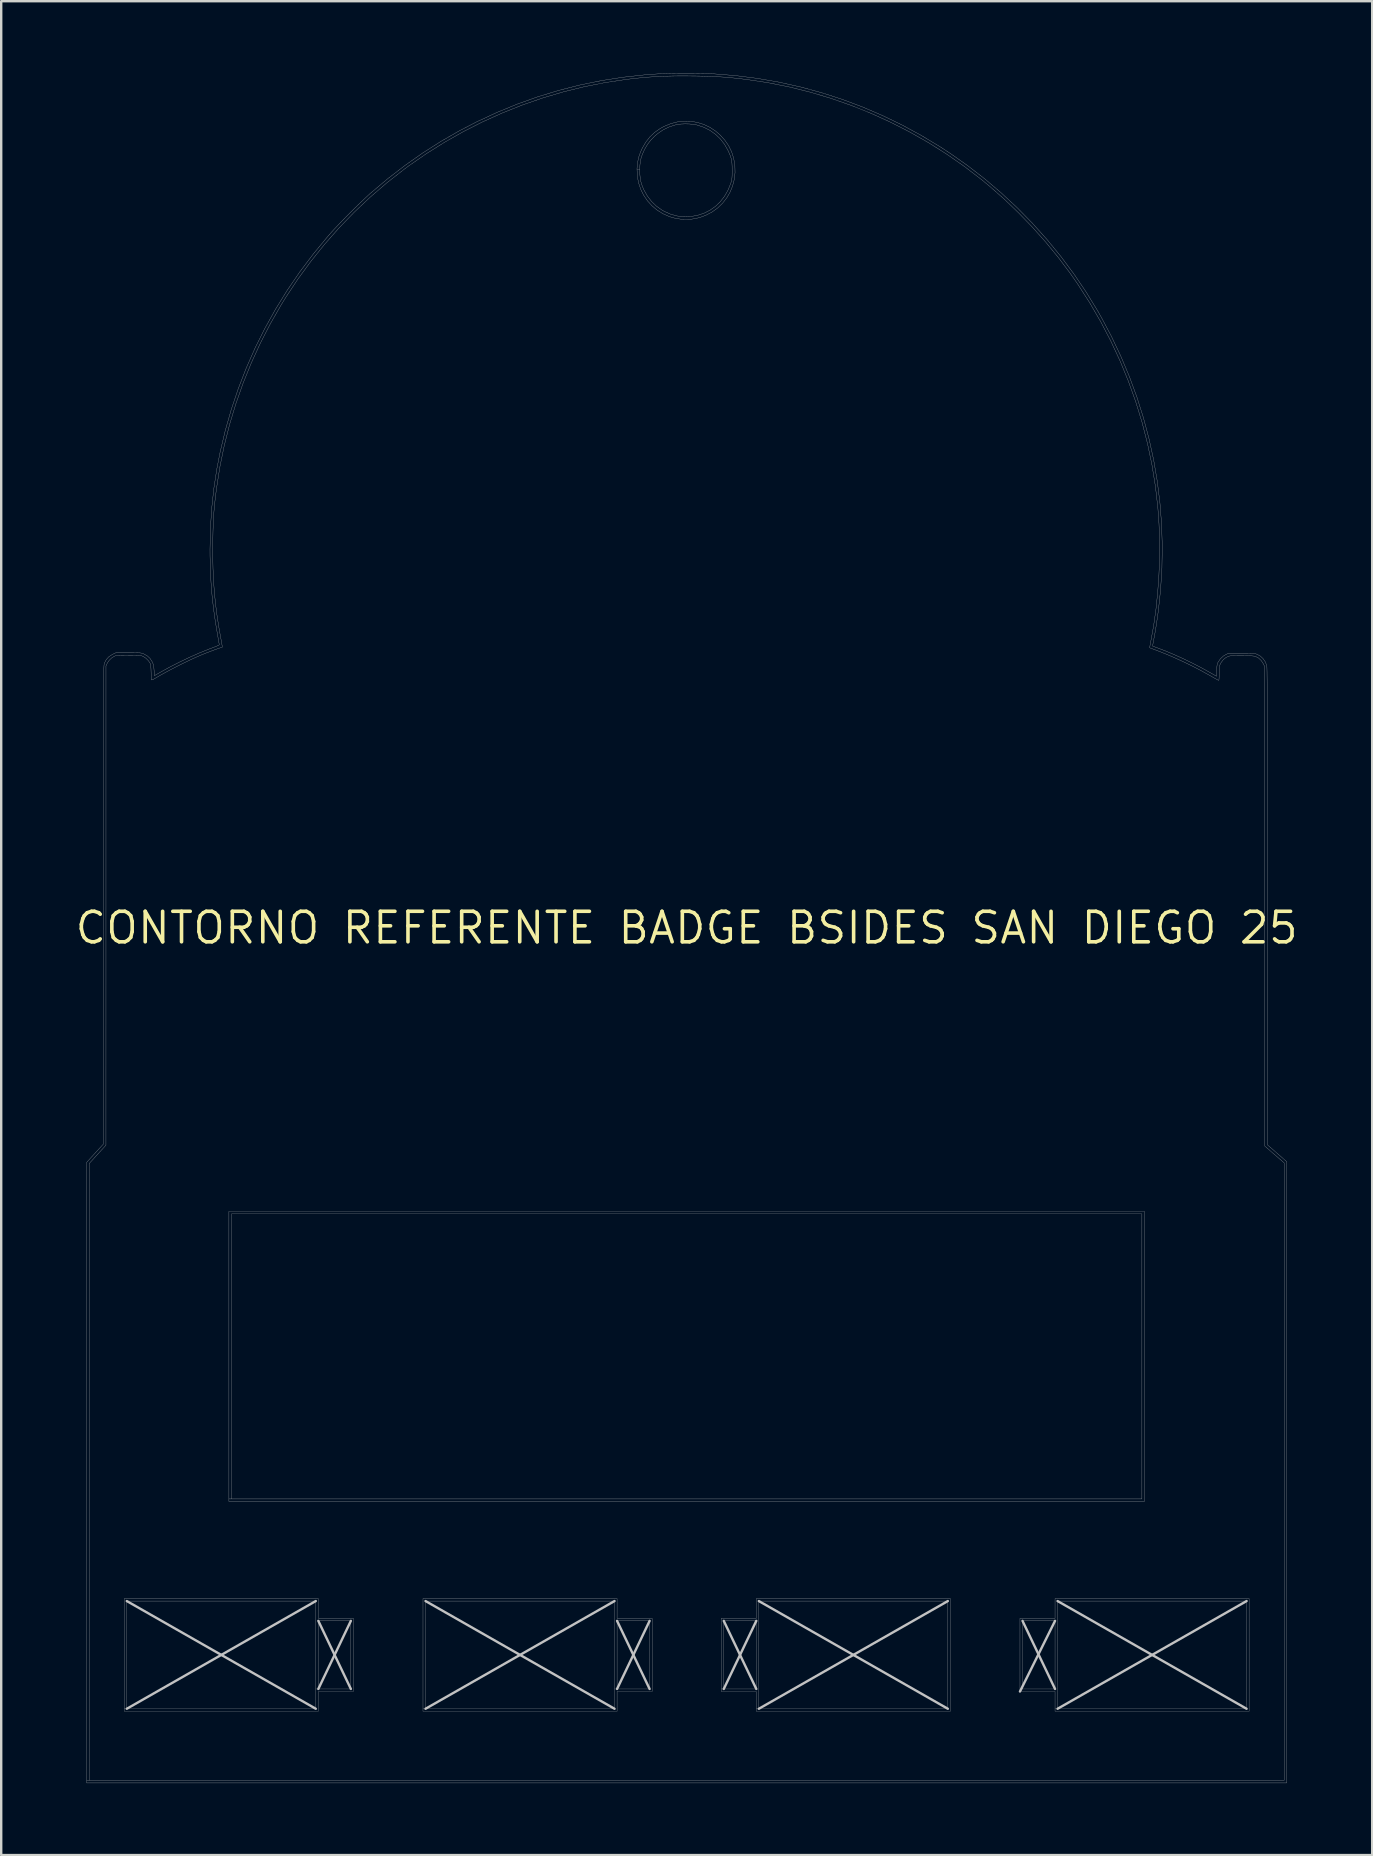
<source format=kicad_pcb>
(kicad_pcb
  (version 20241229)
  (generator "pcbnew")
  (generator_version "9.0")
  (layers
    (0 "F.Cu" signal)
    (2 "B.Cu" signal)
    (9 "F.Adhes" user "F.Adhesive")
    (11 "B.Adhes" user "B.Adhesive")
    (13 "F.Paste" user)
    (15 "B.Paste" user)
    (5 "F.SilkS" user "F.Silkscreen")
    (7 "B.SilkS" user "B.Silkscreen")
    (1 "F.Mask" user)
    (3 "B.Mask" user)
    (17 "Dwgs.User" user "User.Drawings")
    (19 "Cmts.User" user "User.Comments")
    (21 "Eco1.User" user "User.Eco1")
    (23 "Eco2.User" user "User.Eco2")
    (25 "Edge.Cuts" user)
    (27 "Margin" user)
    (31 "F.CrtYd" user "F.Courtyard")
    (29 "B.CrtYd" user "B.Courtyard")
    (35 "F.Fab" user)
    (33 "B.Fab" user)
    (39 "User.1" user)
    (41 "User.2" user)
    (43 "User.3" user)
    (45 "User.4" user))
  (footprint "CONTORNO REFERENTE BADGE BSIDES SAN DIEGO 25"
    (layer "F.Cu")
    (at 25.558 35.606)
    (property "Reference" "CONTORNO REFERENTE BADGE BSIDES SAN DIEGO 25" (at 0 0 0) (layer "F.SilkS") (effects (font (size 1.27 1.27) (thickness 0.15))))
    (attr through_hole)
    (fp_line (start -23.326 28.046) (end -15.452 32.533) (stroke (width 0.1) (type default)) (layer "Dwgs.User"))
    (fp_line (start -15.452 28.046) (end -23.326 32.533) (stroke (width 0.1) (type default)) (layer "Dwgs.User"))
    (fp_line (start -15.346 28.871) (end -13.991 31.708) (stroke (width 0.1) (type default)) (layer "Dwgs.User"))
    (fp_line (start -13.991 28.871) (end -15.346 31.708) (stroke (width 0.1) (type default)) (layer "Dwgs.User"))
    (fp_line (start -10.88 28.046) (end -3.006 32.533) (stroke (width 0.1) (type default)) (layer "Dwgs.User"))
    (fp_line (start -3.006 28.046) (end -10.88 32.533) (stroke (width 0.1) (type default)) (layer "Dwgs.User"))
    (fp_line (start -2.9 28.871) (end -1.545 31.708) (stroke (width 0.1) (type default)) (layer "Dwgs.User"))
    (fp_line (start -1.545 28.871) (end -2.9 31.708) (stroke (width 0.1) (type default)) (layer "Dwgs.User"))
    (fp_line (start 1.545 28.871) (end 2.9 31.708) (stroke (width 0.1) (type default)) (layer "Dwgs.User"))
    (fp_line (start 1.545 31.708) (end 2.9 28.871) (stroke (width 0.1) (type default)) (layer "Dwgs.User"))
    (fp_line (start 3.006 28.046) (end 10.88 32.533) (stroke (width 0.1) (type default)) (layer "Dwgs.User"))
    (fp_line (start 10.88 28.046) (end 3.006 32.533) (stroke (width 0.1) (type default)) (layer "Dwgs.User"))
    (fp_line (start 13.885 31.814) (end 15.346 28.871) (stroke (width 0.1) (type default)) (layer "Dwgs.User"))
    (fp_line (start 13.991 28.871) (end 15.346 31.708) (stroke (width 0.1) (type default)) (layer "Dwgs.User"))
    (fp_line (start 15.452 28.046) (end 23.326 32.533) (stroke (width 0.1) (type default)) (layer "Dwgs.User"))
    (fp_line (start 23.326 28.046) (end 15.452 32.533) (stroke (width 0.1) (type default)) (layer "Dwgs.User"))
    (fp_poly (pts (xy 19.071 23.897) (xy -19.071 23.897) (xy -19.071 11.917) (xy -18.965 11.917) (xy -18.965 23.791) (xy 18.965 23.791) (xy 18.965 11.917) (xy -18.965 11.917) (xy -19.071 11.917) (xy -19.071 11.811) (xy 19.071 11.811) (xy 19.071 23.897)) (stroke (width 0.01) (type solid)) (fill no) (layer "Dwgs.User"))
    (fp_poly (pts (xy -15.346 28.765) (xy -13.885 28.765) (xy -13.885 31.814) (xy -15.346 31.814) (xy -15.346 32.639) (xy -23.431 32.639) (xy -23.431 28.046) (xy -23.326 28.046) (xy -23.326 32.533) (xy -15.452 32.533) (xy -15.452 28.871) (xy -15.346 28.871) (xy -15.346 31.708) (xy -13.991 31.708) (xy -13.991 28.871) (xy -15.346 28.871) (xy -15.452 28.871) (xy -15.452 28.046) (xy -23.326 28.046) (xy -23.431 28.046) (xy -23.431 27.94) (xy -15.346 27.94) (xy -15.346 28.765)) (stroke (width 0.01) (type solid)) (fill no) (layer "Dwgs.User"))
    (fp_poly (pts (xy -2.9 28.765) (xy -1.439 28.765) (xy -1.439 31.814) (xy -2.9 31.814) (xy -2.9 32.639) (xy -10.986 32.639) (xy -10.986 28.046) (xy -10.88 28.046) (xy -10.88 32.533) (xy -3.006 32.533) (xy -3.006 28.871) (xy -2.9 28.871) (xy -2.9 31.708) (xy -1.545 31.708) (xy -1.545 28.871) (xy -2.9 28.871) (xy -3.006 28.871) (xy -3.006 28.046) (xy -10.88 28.046) (xy -10.986 28.046) (xy -10.986 27.94) (xy -2.9 27.94) (xy -2.9 28.765)) (stroke (width 0.01) (type solid)) (fill no) (layer "Dwgs.User"))
    (fp_poly (pts (xy 10.986 32.639) (xy 2.9 32.639) (xy 2.9 31.814) (xy 1.439 31.814) (xy 1.439 28.871) (xy 1.545 28.871) (xy 1.545 31.708) (xy 2.9 31.708) (xy 2.9 28.871) (xy 1.545 28.871) (xy 1.439 28.871) (xy 1.439 28.765) (xy 2.9 28.765) (xy 2.9 28.046) (xy 3.006 28.046) (xy 3.006 32.533) (xy 10.88 32.533) (xy 10.88 28.046) (xy 3.006 28.046) (xy 2.9 28.046) (xy 2.9 27.94) (xy 10.986 27.94) (xy 10.986 32.639)) (stroke (width 0.01) (type solid)) (fill no) (layer "Dwgs.User"))
    (fp_poly (pts (xy 23.431 32.639) (xy 15.346 32.639) (xy 15.346 31.814) (xy 13.885 31.814) (xy 13.885 28.871) (xy 13.991 28.871) (xy 13.991 31.708) (xy 15.346 31.708) (xy 15.346 28.871) (xy 13.991 28.871) (xy 13.885 28.871) (xy 13.885 28.765) (xy 15.346 28.765) (xy 15.346 28.046) (xy 15.452 28.046) (xy 15.452 32.533) (xy 23.326 32.533) (xy 23.326 28.046) (xy 15.452 28.046) (xy 15.346 28.046) (xy 15.346 27.94) (xy 23.431 27.94) (xy 23.431 32.639)) (stroke (width 0.01) (type solid)) (fill no) (layer "Dwgs.User"))
    (fp_poly (pts (xy 0.171 -33.602) (xy 0.446 -33.556) (xy 0.714 -33.472) (xy 0.969 -33.351) (xy 1.209 -33.191) (xy 1.382 -33.043) (xy 1.584 -32.823) (xy 1.748 -32.585) (xy 1.873 -32.329) (xy 1.959 -32.056) (xy 2.007 -31.766) (xy 2.008 -31.758) (xy 2.015 -31.463) (xy 1.982 -31.177) (xy 1.911 -30.903) (xy 1.805 -30.645) (xy 1.665 -30.405) (xy 1.493 -30.187) (xy 1.292 -29.993) (xy 1.063 -29.827) (xy 0.808 -29.692) (xy 0.578 -29.605) (xy 0.402 -29.559) (xy 0.214 -29.527) (xy 0.03 -29.511) (xy -0.138 -29.512) (xy -0.212 -29.52) (xy -0.372 -29.545) (xy -0.503 -29.57) (xy -0.614 -29.598) (xy -0.718 -29.632) (xy -0.727 -29.635) (xy -0.992 -29.753) (xy -1.233 -29.904) (xy -1.448 -30.084) (xy -1.635 -30.291) (xy -1.792 -30.522) (xy -1.915 -30.771) (xy -2.005 -31.038) (xy -2.057 -31.317) (xy -2.067 -31.559) (xy -1.954 -31.559) (xy -1.949 -31.374) (xy -1.934 -31.216) (xy -1.905 -31.073) (xy -1.86 -30.932) (xy -1.797 -30.78) (xy -1.781 -30.745) (xy -1.64 -30.492) (xy -1.468 -30.268) (xy -1.265 -30.072) (xy -1.032 -29.906) (xy -0.928 -29.847) (xy -0.67 -29.733) (xy -0.401 -29.659) (xy -0.124 -29.626) (xy 0.158 -29.634) (xy 0.442 -29.683) (xy 0.459 -29.687) (xy 0.727 -29.776) (xy 0.974 -29.901) (xy 1.199 -30.06) (xy 1.399 -30.252) (xy 1.572 -30.473) (xy 1.716 -30.723) (xy 1.829 -30.999) (xy 1.833 -31.009) (xy 1.855 -31.079) (xy 1.871 -31.138) (xy 1.881 -31.198) (xy 1.888 -31.267) (xy 1.892 -31.355) (xy 1.893 -31.47) (xy 1.893 -31.549) (xy 1.892 -31.715) (xy 1.886 -31.851) (xy 1.872 -31.965) (xy 1.849 -32.069) (xy 1.814 -32.174) (xy 1.765 -32.291) (xy 1.717 -32.396) (xy 1.575 -32.646) (xy 1.401 -32.869) (xy 1.199 -33.062) (xy 0.971 -33.224) (xy 0.719 -33.352) (xy 0.447 -33.443) (xy 0.43 -33.448) (xy 0.283 -33.475) (xy 0.112 -33.491) (xy -0.067 -33.495) (xy -0.24 -33.488) (xy -0.394 -33.47) (xy -0.452 -33.457) (xy -0.728 -33.369) (xy -0.981 -33.246) (xy -1.214 -33.086) (xy -1.338 -32.979) (xy -1.498 -32.815) (xy -1.628 -32.646) (xy -1.739 -32.459) (xy -1.777 -32.383) (xy -1.847 -32.224) (xy -1.897 -32.079) (xy -1.93 -31.934) (xy -1.948 -31.776) (xy -1.954 -31.592) (xy -1.954 -31.559) (xy -2.067 -31.559) (xy -2.069 -31.606) (xy -2.068 -31.655) (xy -2.044 -31.896) (xy -1.996 -32.117) (xy -1.92 -32.333) (xy -1.852 -32.48) (xy -1.705 -32.733) (xy -1.533 -32.953) (xy -1.331 -33.143) (xy -1.099 -33.305) (xy -0.942 -33.39) (xy -0.669 -33.503) (xy -0.391 -33.576) (xy -0.109 -33.609) (xy 0.171 -33.602)) (stroke (width 0.01) (type solid)) (fill no) (layer "Dwgs.User"))
    (fp_poly (pts (xy 0.324 -35.6) (xy 0.552 -35.597) (xy 0.761 -35.594) (xy 0.945 -35.588) (xy 1.095 -35.582) (xy 1.111 -35.581) (xy 2.03 -35.507) (xy 2.939 -35.391) (xy 3.837 -35.235) (xy 4.724 -35.038) (xy 5.599 -34.801) (xy 6.461 -34.524) (xy 7.309 -34.207) (xy 8.143 -33.85) (xy 8.962 -33.454) (xy 9.765 -33.019) (xy 10.552 -32.545) (xy 10.976 -32.269) (xy 11.713 -31.75) (xy 12.427 -31.197) (xy 13.116 -30.61) (xy 13.779 -29.993) (xy 14.413 -29.346) (xy 15.018 -28.671) (xy 15.592 -27.969) (xy 16.133 -27.243) (xy 16.64 -26.494) (xy 17.112 -25.723) (xy 17.263 -25.458) (xy 17.696 -24.642) (xy 18.089 -23.812) (xy 18.443 -22.969) (xy 18.756 -22.115) (xy 19.029 -21.25) (xy 19.262 -20.376) (xy 19.455 -19.494) (xy 19.606 -18.604) (xy 19.716 -17.708) (xy 19.786 -16.807) (xy 19.813 -15.902) (xy 19.799 -14.994) (xy 19.743 -14.085) (xy 19.652 -13.229) (xy 19.607 -12.902) (xy 19.558 -12.577) (xy 19.507 -12.267) (xy 19.454 -11.986) (xy 19.45 -11.963) (xy 19.433 -11.872) (xy 19.42 -11.799) (xy 19.413 -11.752) (xy 19.413 -11.739) (xy 19.435 -11.73) (xy 19.488 -11.71) (xy 19.564 -11.682) (xy 19.643 -11.653) (xy 19.974 -11.526) (xy 20.327 -11.377) (xy 20.692 -11.212) (xy 21.056 -11.036) (xy 21.411 -10.854) (xy 21.741 -10.672) (xy 22.073 -10.484) (xy 22.081 -10.729) (xy 22.086 -10.844) (xy 22.094 -10.927) (xy 22.106 -10.989) (xy 22.124 -11.039) (xy 22.137 -11.066) (xy 22.234 -11.209) (xy 22.357 -11.323) (xy 22.454 -11.382) (xy 22.574 -11.441) (xy 23.114 -11.441) (xy 23.283 -11.44) (xy 23.416 -11.439) (xy 23.517 -11.437) (xy 23.595 -11.433) (xy 23.653 -11.427) (xy 23.698 -11.419) (xy 23.736 -11.408) (xy 23.758 -11.4) (xy 23.893 -11.327) (xy 24.009 -11.221) (xy 24.101 -11.091) (xy 24.161 -10.944) (xy 24.17 -10.905) (xy 24.172 -10.882) (xy 24.174 -10.831) (xy 24.176 -10.752) (xy 24.178 -10.644) (xy 24.179 -10.506) (xy 24.181 -10.339) (xy 24.182 -10.14) (xy 24.183 -9.911) (xy 24.185 -9.649) (xy 24.186 -9.355) (xy 24.187 -9.028) (xy 24.188 -8.667) (xy 24.189 -8.271) (xy 24.19 -7.841) (xy 24.19 -7.374) (xy 24.191 -6.872) (xy 24.191 -6.332) (xy 24.192 -5.755) (xy 24.192 -5.14) (xy 24.193 -4.486) (xy 24.193 -3.793) (xy 24.193 -3.059) (xy 24.193 -2.285) (xy 24.193 -1.47) (xy 24.194 -0.878) (xy 24.194 9.038) (xy 24.596 9.389) (xy 24.998 9.741) (xy 24.998 35.623) (xy -24.998 35.623) (xy -24.997 22.696) (xy -24.997 9.818) (xy -24.892 9.818) (xy -24.892 35.518) (xy 24.892 35.518) (xy 24.891 9.79) (xy 24.489 9.443) (xy 24.088 9.095) (xy 24.077 -10.89) (xy 24.018 -11.011) (xy 23.935 -11.138) (xy 23.828 -11.239) (xy 23.704 -11.305) (xy 23.677 -11.314) (xy 23.62 -11.324) (xy 23.528 -11.333) (xy 23.412 -11.339) (xy 23.278 -11.344) (xy 23.136 -11.346) (xy 22.995 -11.346) (xy 22.862 -11.344) (xy 22.746 -11.339) (xy 22.656 -11.332) (xy 22.602 -11.323) (xy 22.471 -11.266) (xy 22.356 -11.174) (xy 22.265 -11.053) (xy 22.251 -11.029) (xy 22.224 -10.976) (xy 22.205 -10.931) (xy 22.193 -10.886) (xy 22.186 -10.831) (xy 22.183 -10.756) (xy 22.183 -10.652) (xy 22.183 -10.6) (xy 22.182 -10.482) (xy 22.18 -10.4) (xy 22.176 -10.349) (xy 22.169 -10.323) (xy 22.158 -10.314) (xy 22.15 -10.316) (xy 22.122 -10.33) (xy 22.064 -10.362) (xy 21.982 -10.408) (xy 21.882 -10.465) (xy 21.77 -10.529) (xy 21.764 -10.532) (xy 21.442 -10.71) (xy 21.097 -10.89) (xy 20.738 -11.065) (xy 20.376 -11.232) (xy 20.022 -11.385) (xy 19.687 -11.519) (xy 19.549 -11.571) (xy 19.454 -11.606) (xy 19.373 -11.636) (xy 19.317 -11.658) (xy 19.291 -11.669) (xy 19.29 -11.67) (xy 19.291 -11.692) (xy 19.3 -11.748) (xy 19.314 -11.828) (xy 19.333 -11.925) (xy 19.334 -11.929) (xy 19.454 -12.591) (xy 19.551 -13.28) (xy 19.624 -13.988) (xy 19.674 -14.707) (xy 19.7 -15.43) (xy 19.701 -16.147) (xy 19.676 -16.85) (xy 19.631 -17.484) (xy 19.528 -18.392) (xy 19.383 -19.291) (xy 19.197 -20.18) (xy 18.971 -21.059) (xy 18.705 -21.926) (xy 18.399 -22.78) (xy 18.054 -23.621) (xy 17.67 -24.446) (xy 17.247 -25.256) (xy 16.786 -26.049) (xy 16.288 -26.824) (xy 15.953 -27.304) (xy 15.469 -27.947) (xy 14.948 -28.581) (xy 14.396 -29.199) (xy 13.818 -29.797) (xy 13.219 -30.37) (xy 12.604 -30.91) (xy 12.287 -31.171) (xy 11.571 -31.72) (xy 10.831 -32.235) (xy 10.069 -32.715) (xy 9.287 -33.159) (xy 8.487 -33.567) (xy 7.67 -33.938) (xy 6.837 -34.271) (xy 5.99 -34.565) (xy 5.132 -34.82) (xy 4.262 -35.036) (xy 3.384 -35.211) (xy 2.498 -35.345) (xy 2.297 -35.369) (xy 2.04 -35.398) (xy 1.804 -35.422) (xy 1.578 -35.441) (xy 1.355 -35.456) (xy 1.126 -35.468) (xy 0.882 -35.478) (xy 0.614 -35.485) (xy 0.313 -35.49) (xy 0.273 -35.49) (xy -0.135 -35.493) (xy -0.51 -35.491) (xy -0.86 -35.483) (xy -1.196 -35.469) (xy -1.524 -35.448) (xy -1.855 -35.421) (xy -2.197 -35.385) (xy -2.519 -35.347) (xy -3.4 -35.215) (xy -4.276 -35.041) (xy -5.144 -34.827) (xy -6.002 -34.573) (xy -6.849 -34.28) (xy -7.682 -33.949) (xy -8.5 -33.58) (xy -9.301 -33.174) (xy -10.082 -32.732) (xy -10.843 -32.255) (xy -11.581 -31.744) (xy -11.782 -31.595) (xy -12.503 -31.03) (xy -13.196 -30.433) (xy -13.86 -29.806) (xy -14.493 -29.15) (xy -15.096 -28.466) (xy -15.666 -27.755) (xy -16.204 -27.019) (xy -16.707 -26.258) (xy -16.884 -25.971) (xy -17.339 -25.179) (xy -17.756 -24.368) (xy -18.136 -23.54) (xy -18.478 -22.697) (xy -18.78 -21.839) (xy -19.043 -20.97) (xy -19.266 -20.09) (xy -19.448 -19.201) (xy -19.588 -18.305) (xy -19.62 -18.055) (xy -19.649 -17.81) (xy -19.672 -17.585) (xy -19.692 -17.374) (xy -19.707 -17.168) (xy -19.719 -16.957) (xy -19.728 -16.733) (xy -19.735 -16.489) (xy -19.74 -16.215) (xy -19.743 -16.065) (xy -19.744 -15.503) (xy -19.734 -14.974) (xy -19.712 -14.467) (xy -19.676 -13.974) (xy -19.627 -13.485) (xy -19.563 -12.991) (xy -19.483 -12.484) (xy -19.421 -12.134) (xy -19.394 -11.986) (xy -19.374 -11.875) (xy -19.36 -11.795) (xy -19.352 -11.741) (xy -19.35 -11.708) (xy -19.352 -11.691) (xy -19.358 -11.685) (xy -19.367 -11.684) (xy -19.368 -11.684) (xy -19.399 -11.677) (xy -19.463 -11.656) (xy -19.553 -11.625) (xy -19.663 -11.585) (xy -19.785 -11.54) (xy -19.913 -11.491) (xy -20.041 -11.442) (xy -20.162 -11.394) (xy -20.214 -11.372) (xy -20.427 -11.281) (xy -20.664 -11.173) (xy -20.919 -11.051) (xy -21.18 -10.922) (xy -21.44 -10.788) (xy -21.689 -10.656) (xy -21.919 -10.529) (xy -22.12 -10.411) (xy -22.157 -10.389) (xy -22.234 -10.345) (xy -22.281 -10.328) (xy -22.299 -10.334) (xy -22.303 -10.364) (xy -22.307 -10.428) (xy -22.31 -10.517) (xy -22.313 -10.623) (xy -22.314 -10.657) (xy -22.318 -10.787) (xy -22.324 -10.882) (xy -22.333 -10.95) (xy -22.346 -11.001) (xy -22.359 -11.031) (xy -22.429 -11.135) (xy -22.527 -11.231) (xy -22.639 -11.305) (xy -22.646 -11.308) (xy -22.679 -11.323) (xy -22.711 -11.335) (xy -22.75 -11.343) (xy -22.8 -11.349) (xy -22.868 -11.353) (xy -22.961 -11.355) (xy -23.083 -11.356) (xy -23.241 -11.356) (xy -23.252 -11.356) (xy -23.416 -11.355) (xy -23.543 -11.354) (xy -23.64 -11.351) (xy -23.712 -11.347) (xy -23.764 -11.341) (xy -23.803 -11.332) (xy -23.834 -11.321) (xy -23.839 -11.318) (xy -23.952 -11.248) (xy -24.054 -11.151) (xy -24.131 -11.042) (xy -24.144 -11.017) (xy -24.193 -10.911) (xy -24.193 -0.929) (xy -24.194 9.054) (xy -24.543 9.436) (xy -24.892 9.818) (xy -24.997 9.818) (xy -24.997 9.768) (xy -24.649 9.387) (xy -24.3 9.006) (xy -24.3 -0.958) (xy -24.3 -1.732) (xy -24.3 -2.466) (xy -24.3 -3.159) (xy -24.3 -3.814) (xy -24.3 -4.43) (xy -24.299 -5.01) (xy -24.299 -5.555) (xy -24.299 -6.065) (xy -24.299 -6.542) (xy -24.299 -6.987) (xy -24.298 -7.401) (xy -24.298 -7.785) (xy -24.298 -8.141) (xy -24.297 -8.469) (xy -24.296 -8.77) (xy -24.296 -9.046) (xy -24.295 -9.299) (xy -24.294 -9.528) (xy -24.294 -9.735) (xy -24.293 -9.922) (xy -24.292 -10.089) (xy -24.29 -10.237) (xy -24.289 -10.369) (xy -24.288 -10.484) (xy -24.286 -10.584) (xy -24.285 -10.67) (xy -24.283 -10.744) (xy -24.281 -10.806) (xy -24.279 -10.858) (xy -24.277 -10.9) (xy -24.275 -10.934) (xy -24.273 -10.961) (xy -24.27 -10.982) (xy -24.267 -10.998) (xy -24.264 -11.011) (xy -24.261 -11.021) (xy -24.259 -11.029) (xy -24.182 -11.175) (xy -24.074 -11.295) (xy -23.933 -11.387) (xy -23.924 -11.392) (xy -23.782 -11.462) (xy -23.252 -11.462) (xy -23.089 -11.462) (xy -22.962 -11.461) (xy -22.865 -11.459) (xy -22.793 -11.456) (xy -22.739 -11.451) (xy -22.698 -11.443) (xy -22.663 -11.432) (xy -22.628 -11.417) (xy -22.605 -11.407) (xy -22.466 -11.326) (xy -22.359 -11.227) (xy -22.277 -11.102) (xy -22.267 -11.083) (xy -22.236 -11.014) (xy -22.215 -10.95) (xy -22.201 -10.877) (xy -22.193 -10.781) (xy -22.189 -10.729) (xy -22.177 -10.507) (xy -21.868 -10.683) (xy -21.501 -10.884) (xy -21.111 -11.082) (xy -20.711 -11.272) (xy -20.311 -11.449) (xy -19.926 -11.605) (xy -19.775 -11.662) (xy -19.67 -11.702) (xy -19.582 -11.738) (xy -19.515 -11.768) (xy -19.479 -11.788) (xy -19.473 -11.793) (xy -19.477 -11.819) (xy -19.487 -11.88) (xy -19.502 -11.968) (xy -19.521 -12.075) (xy -19.537 -12.166) (xy -19.634 -12.741) (xy -19.712 -13.293) (xy -19.773 -13.833) (xy -19.816 -14.374) (xy -19.844 -14.927) (xy -19.858 -15.503) (xy -19.859 -15.769) (xy -19.842 -16.624) (xy -19.79 -17.46) (xy -19.702 -18.285) (xy -19.578 -19.102) (xy -19.441 -19.806) (xy -19.226 -20.711) (xy -18.972 -21.6) (xy -18.679 -22.472) (xy -18.348 -23.327) (xy -17.978 -24.164) (xy -17.57 -24.982) (xy -17.125 -25.782) (xy -16.642 -26.563) (xy -16.122 -27.324) (xy -15.564 -28.065) (xy -14.97 -28.786) (xy -14.821 -28.956) (xy -14.691 -29.1) (xy -14.535 -29.266) (xy -14.361 -29.448) (xy -14.175 -29.639) (xy -13.981 -29.834) (xy -13.787 -30.026) (xy -13.599 -30.209) (xy -13.422 -30.377) (xy -13.264 -30.524) (xy -13.166 -30.612) (xy -12.456 -31.21) (xy -11.73 -31.769) (xy -10.987 -32.291) (xy -10.226 -32.774) (xy -9.446 -33.221) (xy -8.731 -33.59) (xy -7.895 -33.977) (xy -7.049 -34.323) (xy -6.194 -34.628) (xy -5.328 -34.891) (xy -4.452 -35.114) (xy -3.564 -35.296) (xy -2.665 -35.437) (xy -1.755 -35.537) (xy -1.154 -35.581) (xy -1.009 -35.588) (xy -0.829 -35.593) (xy -0.622 -35.597) (xy -0.396 -35.6) (xy -0.158 -35.601) (xy 0.084 -35.601) (xy 0.324 -35.6)) (stroke (width 0.01) (type solid)) (fill no) (layer "Dwgs.User")))
  (gr_rect
    (start -3 -3)
    (end 54.117 74.235)
    (stroke (width 0.1) (type default))
    (fill no)
    (layer "Edge.Cuts")))
</source>
